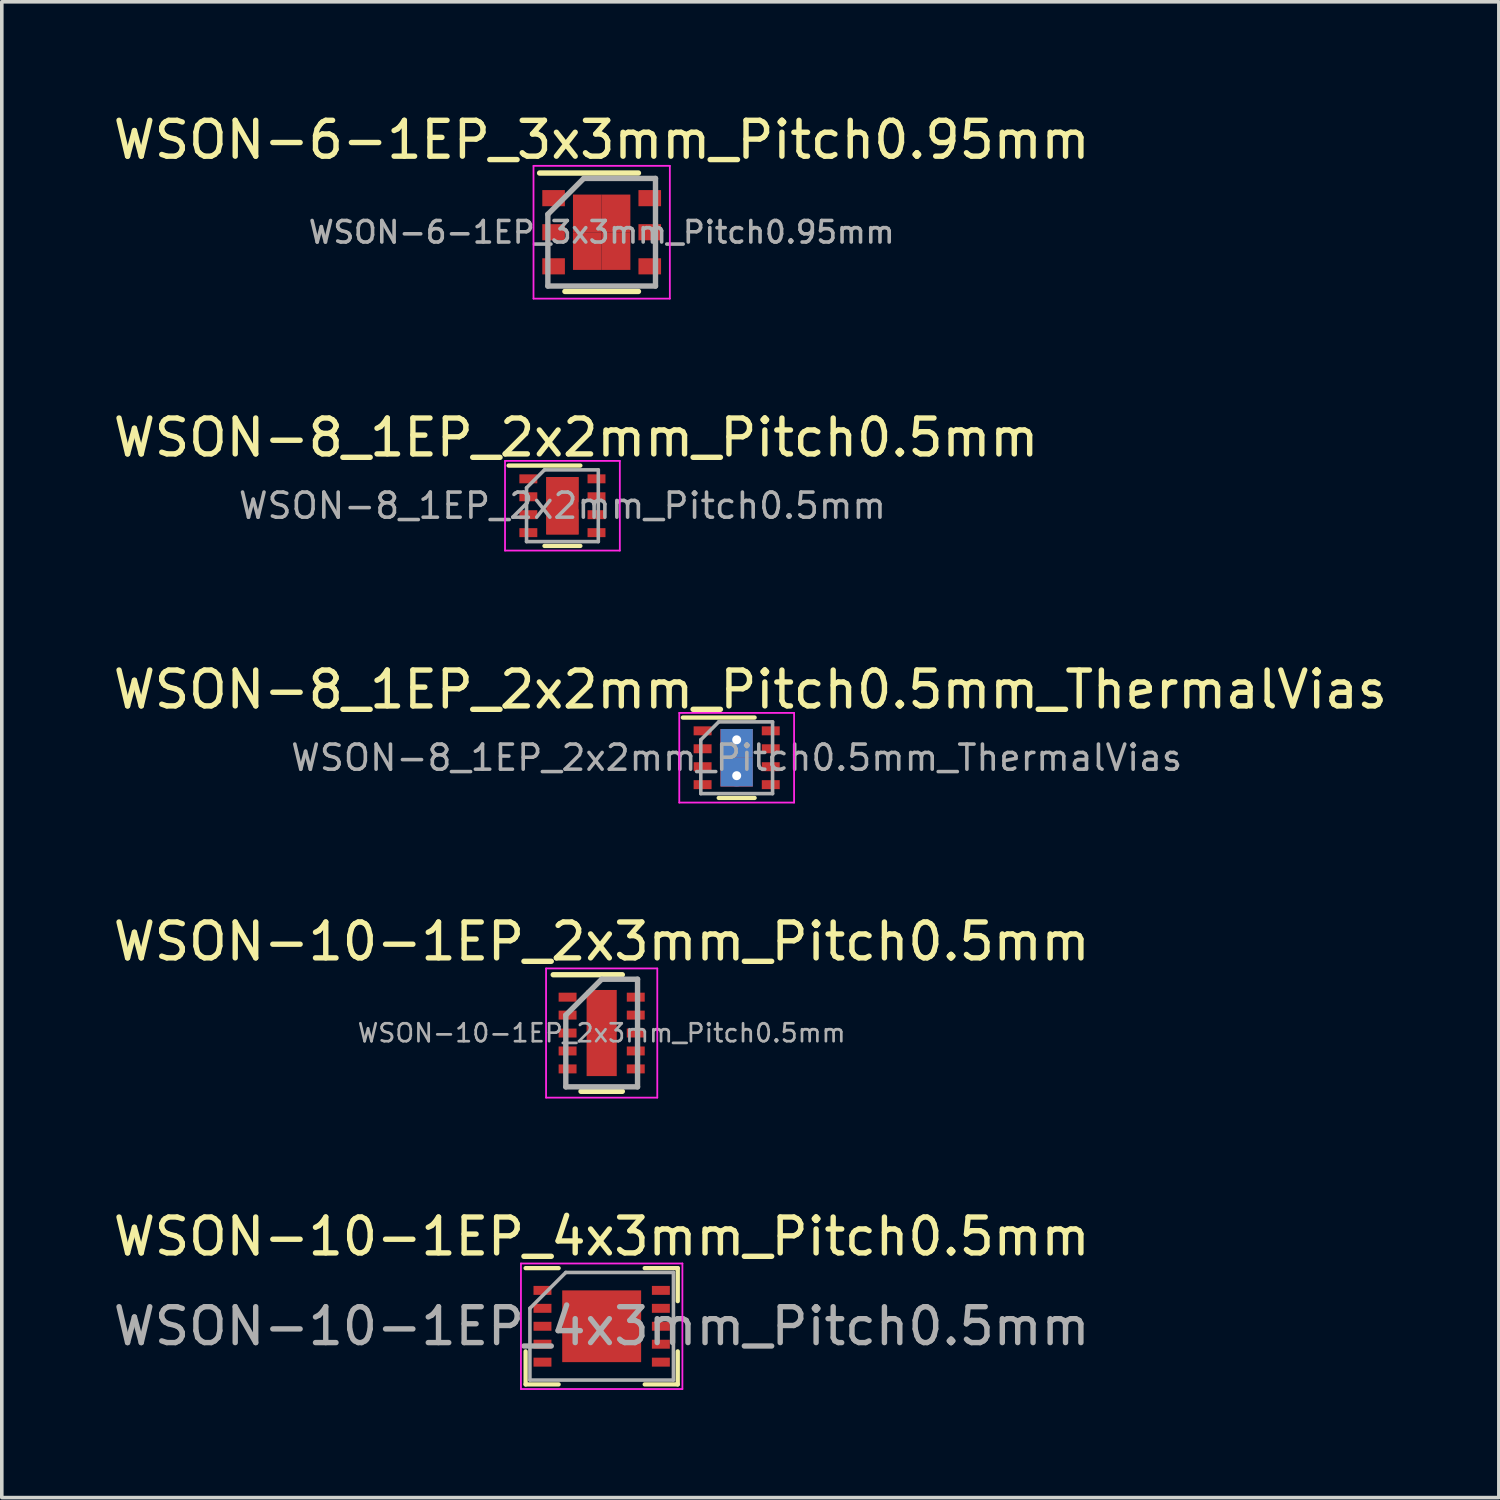
<source format=kicad_pcb>
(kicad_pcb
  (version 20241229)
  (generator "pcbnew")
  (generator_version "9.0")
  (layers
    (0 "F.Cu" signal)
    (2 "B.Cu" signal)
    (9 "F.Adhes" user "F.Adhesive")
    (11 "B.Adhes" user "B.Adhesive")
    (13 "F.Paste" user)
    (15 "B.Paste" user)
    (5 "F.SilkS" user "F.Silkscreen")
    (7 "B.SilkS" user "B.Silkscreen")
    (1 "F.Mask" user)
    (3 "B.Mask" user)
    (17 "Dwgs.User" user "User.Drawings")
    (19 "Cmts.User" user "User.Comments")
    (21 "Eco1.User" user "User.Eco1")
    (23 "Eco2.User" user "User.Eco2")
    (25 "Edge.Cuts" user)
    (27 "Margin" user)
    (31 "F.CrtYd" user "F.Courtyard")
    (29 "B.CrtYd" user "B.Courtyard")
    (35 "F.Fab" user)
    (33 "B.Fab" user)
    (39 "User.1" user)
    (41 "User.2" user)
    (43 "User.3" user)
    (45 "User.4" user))
  (footprint "WSON-8_1EP_2x2mm_Pitch0.5mm_ThermalVias"
    (layer "F.Cu")
    (at 17.483 18.07)
    (property "Reference" "WSON-8_1EP_2x2mm_Pitch0.5mm_ThermalVias" (at 0.38 -1.9 0) (layer "F.SilkS") (effects (font (size 1 1) (thickness 0.15))))
    (attr smd)
    (fp_line (start -1.5 -1.12) (end 0.5 -1.12) (stroke (width 0.12) (type solid)) (layer "F.SilkS"))
    (fp_line (start 0.5 1.12) (end -0.5 1.12) (stroke (width 0.12) (type solid)) (layer "F.SilkS"))
    (fp_line (start -1.6 -1.25) (end -1.6 1.25) (stroke (width 0.05) (type solid)) (layer "F.CrtYd"))
    (fp_line (start -1.6 -1.25) (end 1.6 -1.25) (stroke (width 0.05) (type solid)) (layer "F.CrtYd"))
    (fp_line (start -1.6 1.25) (end 1.6 1.25) (stroke (width 0.05) (type solid)) (layer "F.CrtYd"))
    (fp_line (start 1.6 -1.25) (end 1.6 1.25) (stroke (width 0.05) (type solid)) (layer "F.CrtYd"))
    (fp_line (start -1 1) (end -1 -0.5) (stroke (width 0.1) (type solid)) (layer "F.Fab"))
    (fp_line (start -0.5 -1) (end -1 -0.5) (stroke (width 0.1) (type solid)) (layer "F.Fab"))
    (fp_line (start -0.5 -1) (end 1 -1) (stroke (width 0.1) (type solid)) (layer "F.Fab"))
    (fp_line (start 1 -1) (end 1 1) (stroke (width 0.1) (type solid)) (layer "F.Fab"))
    (fp_line (start 1 1) (end -1 1) (stroke (width 0.1) (type solid)) (layer "F.Fab"))
    (fp_text user "${REFERENCE}" (at 0 0 0) (layer "F.Fab") (effects (font (size 0.7 0.7) (thickness 0.1))))
    (pad "1" smd rect (at -0.95 -0.75) (size 0.5 0.25) (layers "F.Cu" "F.Mask" "F.Paste"))
    (pad "2" smd rect (at -0.95 -0.25) (size 0.5 0.25) (layers "F.Cu" "F.Mask" "F.Paste"))
    (pad "3" smd rect (at -0.95 0.25) (size 0.5 0.25) (layers "F.Cu" "F.Mask" "F.Paste"))
    (pad "4" smd rect (at -0.95 0.75) (size 0.5 0.25) (layers "F.Cu" "F.Mask" "F.Paste"))
    (pad "5" smd rect (at 0.95 0.75) (size 0.5 0.25) (layers "F.Cu" "F.Mask" "F.Paste"))
    (pad "6" smd rect (at 0.95 0.25) (size 0.5 0.25) (layers "F.Cu" "F.Mask" "F.Paste"))
    (pad "7" smd rect (at 0.95 -0.25) (size 0.5 0.25) (layers "F.Cu" "F.Mask" "F.Paste"))
    (pad "8" smd rect (at 0.95 -0.75) (size 0.5 0.25) (layers "F.Cu" "F.Mask" "F.Paste"))
    (pad "9" thru_hole circle (at 0 -0.5) (size 0.6 0.6) (drill 0.25) (layers "*.Cu" "*.Mask"))
    (pad "9" smd rect (at 0 -0.45) (size 0.9 0.7) (layers "F.Cu" "F.Paste"))
    (pad "9" smd rect (at 0 -0.4) (size 0.9 0.8) (layers "B.Cu"))
    (pad "9" smd rect (at 0 0) (size 0.9 1.6) (layers "F.Cu" "F.Mask"))
    (pad "9" smd rect (at 0 0.4) (size 0.9 0.8) (layers "B.Cu"))
    (pad "9" smd rect (at 0 0.45) (size 0.9 0.7) (layers "F.Cu" "F.Paste"))
    (pad "9" thru_hole circle (at 0 0.5) (size 0.6 0.6) (drill 0.25) (layers "*.Cu" "*.Mask")))
  (footprint "WSON-10-1EP_2x3mm_Pitch0.5mm"
    (layer "F.Cu")
    (at 13.72 25.743)
    (property "Reference" "WSON-10-1EP_2x3mm_Pitch0.5mm" (at 0 -2.55 0) (layer "F.SilkS") (effects (font (size 1 1) (thickness 0.15))))
    (attr smd)
    (fp_line (start -1.35 -1.625) (end 0.575 -1.625) (stroke (width 0.15) (type solid)) (layer "F.SilkS"))
    (fp_line (start -0.575 1.625) (end 0.575 1.625) (stroke (width 0.15) (type solid)) (layer "F.SilkS"))
    (fp_line (start -1.55 -1.8) (end -1.55 1.8) (stroke (width 0.05) (type solid)) (layer "F.CrtYd"))
    (fp_line (start -1.55 -1.8) (end 1.55 -1.8) (stroke (width 0.05) (type solid)) (layer "F.CrtYd"))
    (fp_line (start -1.55 1.8) (end 1.55 1.8) (stroke (width 0.05) (type solid)) (layer "F.CrtYd"))
    (fp_line (start 1.55 -1.8) (end 1.55 1.8) (stroke (width 0.05) (type solid)) (layer "F.CrtYd"))
    (fp_line (start -1 -0.5) (end 0 -1.5) (stroke (width 0.15) (type solid)) (layer "F.Fab"))
    (fp_line (start -1 1.5) (end -1 -0.5) (stroke (width 0.15) (type solid)) (layer "F.Fab"))
    (fp_line (start 0 -1.5) (end 1 -1.5) (stroke (width 0.15) (type solid)) (layer "F.Fab"))
    (fp_line (start 1 -1.5) (end 1 1.5) (stroke (width 0.15) (type solid)) (layer "F.Fab"))
    (fp_line (start 1 1.5) (end -1 1.5) (stroke (width 0.15) (type solid)) (layer "F.Fab"))
    (fp_text user "${REFERENCE}" (at 0 0 0) (layer "F.Fab") (effects (font (size 0.5 0.5) (thickness 0.075))))
    (pad "1" smd rect (at -0.95 -1) (size 0.5 0.25) (layers "F.Cu" "F.Mask" "F.Paste"))
    (pad "2" smd rect (at -0.95 -0.5) (size 0.5 0.25) (layers "F.Cu" "F.Mask" "F.Paste"))
    (pad "3" smd rect (at -0.95 0) (size 0.5 0.25) (layers "F.Cu" "F.Mask" "F.Paste"))
    (pad "4" smd rect (at -0.95 0.5) (size 0.5 0.25) (layers "F.Cu" "F.Mask" "F.Paste"))
    (pad "5" smd rect (at -0.95 1) (size 0.5 0.25) (layers "F.Cu" "F.Mask" "F.Paste"))
    (pad "6" smd rect (at 0.95 1) (size 0.5 0.25) (layers "F.Cu" "F.Mask" "F.Paste"))
    (pad "7" smd rect (at 0.95 0.5) (size 0.5 0.25) (layers "F.Cu" "F.Mask" "F.Paste"))
    (pad "8" smd rect (at 0.95 0) (size 0.5 0.25) (layers "F.Cu" "F.Mask" "F.Paste"))
    (pad "9" smd rect (at 0.95 -0.5) (size 0.5 0.25) (layers "F.Cu" "F.Mask" "F.Paste"))
    (pad "10" smd rect (at 0.95 -1) (size 0.5 0.25) (layers "F.Cu" "F.Mask" "F.Paste"))
    (pad "11" smd rect (at 0 -0.6) (size 0.84 1.2) (layers "F.Cu" "F.Mask" "F.Paste"))
    (pad "11" smd rect (at 0 0.6) (size 0.84 1.2) (layers "F.Cu" "F.Mask" "F.Paste")))
  (footprint "WSON-8_1EP_2x2mm_Pitch0.5mm"
    (layer "F.Cu")
    (at 12.626 11.046)
    (property "Reference" "WSON-8_1EP_2x2mm_Pitch0.5mm" (at 0.38 -1.9 0) (layer "F.SilkS") (effects (font (size 1 1) (thickness 0.15))))
    (attr smd)
    (fp_line (start -1.5 -1.12) (end 0.5 -1.12) (stroke (width 0.12) (type solid)) (layer "F.SilkS"))
    (fp_line (start 0.5 1.12) (end -0.5 1.12) (stroke (width 0.12) (type solid)) (layer "F.SilkS"))
    (fp_line (start -1.6 -1.25) (end -1.6 1.25) (stroke (width 0.05) (type solid)) (layer "F.CrtYd"))
    (fp_line (start -1.6 -1.25) (end 1.6 -1.25) (stroke (width 0.05) (type solid)) (layer "F.CrtYd"))
    (fp_line (start -1.6 1.25) (end 1.6 1.25) (stroke (width 0.05) (type solid)) (layer "F.CrtYd"))
    (fp_line (start 1.6 -1.25) (end 1.6 1.25) (stroke (width 0.05) (type solid)) (layer "F.CrtYd"))
    (fp_line (start -1 1) (end -1 -0.5) (stroke (width 0.1) (type solid)) (layer "F.Fab"))
    (fp_line (start -0.5 -1) (end -1 -0.5) (stroke (width 0.1) (type solid)) (layer "F.Fab"))
    (fp_line (start -0.5 -1) (end 1 -1) (stroke (width 0.1) (type solid)) (layer "F.Fab"))
    (fp_line (start 1 -1) (end 1 1) (stroke (width 0.1) (type solid)) (layer "F.Fab"))
    (fp_line (start 1 1) (end -1 1) (stroke (width 0.1) (type solid)) (layer "F.Fab"))
    (fp_text user "${REFERENCE}" (at 0 0 0) (layer "F.Fab") (effects (font (size 0.7 0.7) (thickness 0.1))))
    (pad "1" smd rect (at -0.95 -0.75) (size 0.5 0.25) (layers "F.Cu" "F.Mask" "F.Paste"))
    (pad "2" smd rect (at -0.95 -0.25) (size 0.5 0.25) (layers "F.Cu" "F.Mask" "F.Paste"))
    (pad "3" smd rect (at -0.95 0.25) (size 0.5 0.25) (layers "F.Cu" "F.Mask" "F.Paste"))
    (pad "4" smd rect (at -0.95 0.75) (size 0.5 0.25) (layers "F.Cu" "F.Mask" "F.Paste"))
    (pad "5" smd rect (at 0.95 0.75) (size 0.5 0.25) (layers "F.Cu" "F.Mask" "F.Paste"))
    (pad "6" smd rect (at 0.95 0.25) (size 0.5 0.25) (layers "F.Cu" "F.Mask" "F.Paste"))
    (pad "7" smd rect (at 0.95 -0.25) (size 0.5 0.25) (layers "F.Cu" "F.Mask" "F.Paste"))
    (pad "8" smd rect (at 0.95 -0.75) (size 0.5 0.25) (layers "F.Cu" "F.Mask" "F.Paste"))
    (pad "9" smd rect (at 0 -0.45) (size 0.9 0.7) (layers "F.Cu" "F.Paste"))
    (pad "9" smd rect (at 0 0) (size 0.9 1.6) (layers "F.Cu" "F.Mask"))
    (pad "9" smd rect (at 0 0.45) (size 0.9 0.7) (layers "F.Cu" "F.Paste")))
  (footprint "WSON-10-1EP_4x3mm_Pitch0.5mm"
    (layer "F.Cu")
    (at 13.72 33.916)
    (property "Reference" "WSON-10-1EP_4x3mm_Pitch0.5mm" (at 0 -2.5 0) (layer "F.SilkS") (effects (font (size 1 1) (thickness 0.15))))
    (attr smd)
    (fp_line (start -2.12 -1.62) (end -1.2 -1.62) (stroke (width 0.12) (type solid)) (layer "F.SilkS"))
    (fp_line (start -2.12 1.62) (end -2.12 0.7) (stroke (width 0.12) (type solid)) (layer "F.SilkS"))
    (fp_line (start -2.12 1.62) (end -1.2 1.62) (stroke (width 0.12) (type solid)) (layer "F.SilkS"))
    (fp_line (start 1.2 -1.62) (end 2.12 -1.62) (stroke (width 0.12) (type solid)) (layer "F.SilkS"))
    (fp_line (start 1.2 1.62) (end 2.12 1.62) (stroke (width 0.12) (type solid)) (layer "F.SilkS"))
    (fp_line (start 2.12 -0.7) (end 2.12 -1.62) (stroke (width 0.12) (type solid)) (layer "F.SilkS"))
    (fp_line (start 2.12 0.7) (end 2.12 1.62) (stroke (width 0.12) (type solid)) (layer "F.SilkS"))
    (fp_line (start -2.25 -1.75) (end -2.25 1.75) (stroke (width 0.05) (type solid)) (layer "F.CrtYd"))
    (fp_line (start -2.25 -1.75) (end 2.25 -1.75) (stroke (width 0.05) (type solid)) (layer "F.CrtYd"))
    (fp_line (start -2.25 1.75) (end 2.25 1.75) (stroke (width 0.05) (type solid)) (layer "F.CrtYd"))
    (fp_line (start 2.25 -1.75) (end 2.25 1.75) (stroke (width 0.05) (type solid)) (layer "F.CrtYd"))
    (fp_line (start -2 1.5) (end -2 -0.5) (stroke (width 0.1) (type solid)) (layer "F.Fab"))
    (fp_line (start -1 -1.5) (end -2 -0.5) (stroke (width 0.1) (type solid)) (layer "F.Fab"))
    (fp_line (start -1 -1.5) (end 2 -1.5) (stroke (width 0.1) (type solid)) (layer "F.Fab"))
    (fp_line (start 2 -1.5) (end 2 1.5) (stroke (width 0.1) (type solid)) (layer "F.Fab"))
    (fp_line (start 2 1.5) (end -2 1.5) (stroke (width 0.1) (type solid)) (layer "F.Fab"))
    (fp_text user "${REFERENCE}" (at 0 0 0) (layer "F.Fab") (effects (font (size 1 1) (thickness 0.15))))
    (pad "" smd rect (at -0.55 -0.5) (size 0.88 0.8) (layers "F.Paste"))
    (pad "" smd rect (at -0.55 0.5) (size 0.88 0.8) (layers "F.Paste"))
    (pad "" smd rect (at 0.55 -0.5) (size 0.88 0.8) (layers "F.Paste"))
    (pad "" smd rect (at 0.55 0.5) (size 0.88 0.8) (layers "F.Paste"))
    (pad "1" smd rect (at -1.65 -1) (size 0.5 0.25) (layers "F.Cu" "F.Mask" "F.Paste"))
    (pad "2" smd rect (at -1.65 -0.5) (size 0.5 0.25) (layers "F.Cu" "F.Mask" "F.Paste"))
    (pad "3" smd rect (at -1.65 0) (size 0.5 0.25) (layers "F.Cu" "F.Mask" "F.Paste"))
    (pad "4" smd rect (at -1.65 0.5) (size 0.5 0.25) (layers "F.Cu" "F.Mask" "F.Paste"))
    (pad "5" smd rect (at -1.65 1) (size 0.5 0.25) (layers "F.Cu" "F.Mask" "F.Paste"))
    (pad "6" smd rect (at 1.65 1) (size 0.5 0.25) (layers "F.Cu" "F.Mask" "F.Paste"))
    (pad "7" smd rect (at 1.65 0.5) (size 0.5 0.25) (layers "F.Cu" "F.Mask" "F.Paste"))
    (pad "8" smd rect (at 1.65 0) (size 0.5 0.25) (layers "F.Cu" "F.Mask" "F.Paste"))
    (pad "9" smd rect (at 1.65 -0.5) (size 0.5 0.25) (layers "F.Cu" "F.Mask" "F.Paste"))
    (pad "10" smd rect (at 1.65 -1) (size 0.5 0.25) (layers "F.Cu" "F.Mask" "F.Paste"))
    (pad "11" smd rect (at 0 0) (size 2.2 2) (layers "F.Cu" "F.Mask")))
  (footprint "WSON-6-1EP_3x3mm_Pitch0.95mm"
    (layer "F.Cu")
    (at 13.72 3.423)
    (property "Reference" "WSON-6-1EP_3x3mm_Pitch0.95mm" (at 0 -2.575 0) (layer "F.SilkS") (effects (font (size 1 1) (thickness 0.15))))
    (attr smd)
    (fp_line (start -1.73 -1.65) (end 1.025 -1.65) (stroke (width 0.15) (type solid)) (layer "F.SilkS"))
    (fp_line (start -1.025 1.65) (end 1.025 1.65) (stroke (width 0.15) (type solid)) (layer "F.SilkS"))
    (fp_line (start -1.9 -1.85) (end -1.9 1.85) (stroke (width 0.05) (type solid)) (layer "F.CrtYd"))
    (fp_line (start -1.9 -1.85) (end 1.9 -1.85) (stroke (width 0.05) (type solid)) (layer "F.CrtYd"))
    (fp_line (start -1.9 1.85) (end 1.9 1.85) (stroke (width 0.05) (type solid)) (layer "F.CrtYd"))
    (fp_line (start 1.9 -1.85) (end 1.9 1.85) (stroke (width 0.05) (type solid)) (layer "F.CrtYd"))
    (fp_line (start -1.5 -0.5) (end -0.5 -1.5) (stroke (width 0.15) (type solid)) (layer "F.Fab"))
    (fp_line (start -1.5 1.5) (end -1.5 -0.5) (stroke (width 0.15) (type solid)) (layer "F.Fab"))
    (fp_line (start -0.5 -1.5) (end 1.5 -1.5) (stroke (width 0.15) (type solid)) (layer "F.Fab"))
    (fp_line (start 1.5 -1.5) (end 1.5 1.5) (stroke (width 0.15) (type solid)) (layer "F.Fab"))
    (fp_line (start 1.5 1.5) (end -1.5 1.5) (stroke (width 0.15) (type solid)) (layer "F.Fab"))
    (fp_text user "${REFERENCE}" (at 0 0 0) (layer "F.Fab") (effects (font (size 0.6 0.6) (thickness 0.1))))
    (pad "1" smd rect (at -1.34 -0.95) (size 0.63 0.45) (layers "F.Cu" "F.Mask" "F.Paste"))
    (pad "2" smd rect (at -1.34 0) (size 0.63 0.45) (layers "F.Cu" "F.Mask" "F.Paste"))
    (pad "3" smd rect (at -1.34 0.95) (size 0.63 0.45) (layers "F.Cu" "F.Mask" "F.Paste"))
    (pad "4" smd rect (at 1.34 0.95) (size 0.63 0.45) (layers "F.Cu" "F.Mask" "F.Paste"))
    (pad "5" smd rect (at 1.34 0) (size 0.63 0.45) (layers "F.Cu" "F.Mask" "F.Paste"))
    (pad "6" smd rect (at 1.34 -0.95) (size 0.63 0.45) (layers "F.Cu" "F.Mask" "F.Paste"))
    (pad "7" smd rect (at -0.4 -0.525) (size 0.8 1.05) (layers "F.Cu" "F.Mask" "F.Paste"))
    (pad "7" smd rect (at -0.4 0.525) (size 0.8 1.05) (layers "F.Cu" "F.Mask" "F.Paste"))
    (pad "7" smd rect (at 0.4 -0.525) (size 0.8 1.05) (layers "F.Cu" "F.Mask" "F.Paste"))
    (pad "7" smd rect (at 0.4 0.525) (size 0.8 1.05) (layers "F.Cu" "F.Mask" "F.Paste")))
  (gr_rect
    (start -3 -3)
    (end 38.726 38.691)
    (stroke (width 0.1) (type default))
    (fill no)
    (layer "Edge.Cuts")))
</source>
